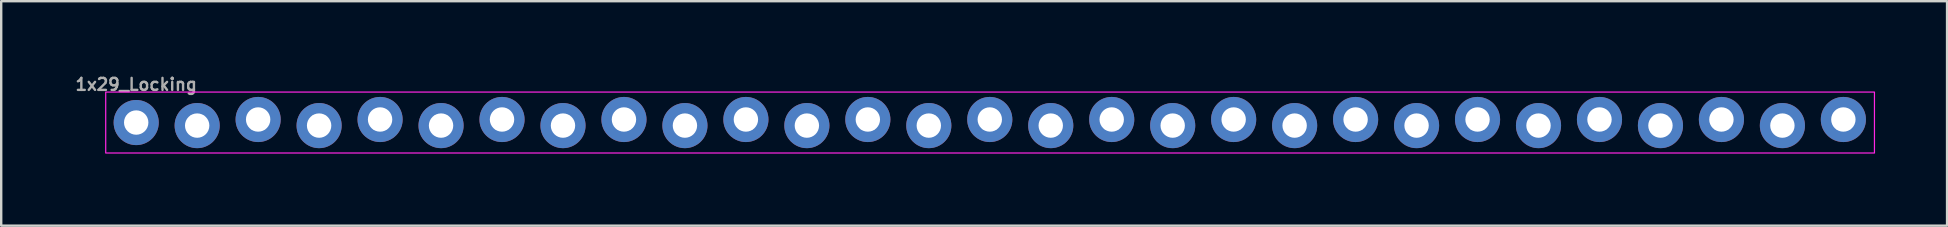
<source format=kicad_pcb>
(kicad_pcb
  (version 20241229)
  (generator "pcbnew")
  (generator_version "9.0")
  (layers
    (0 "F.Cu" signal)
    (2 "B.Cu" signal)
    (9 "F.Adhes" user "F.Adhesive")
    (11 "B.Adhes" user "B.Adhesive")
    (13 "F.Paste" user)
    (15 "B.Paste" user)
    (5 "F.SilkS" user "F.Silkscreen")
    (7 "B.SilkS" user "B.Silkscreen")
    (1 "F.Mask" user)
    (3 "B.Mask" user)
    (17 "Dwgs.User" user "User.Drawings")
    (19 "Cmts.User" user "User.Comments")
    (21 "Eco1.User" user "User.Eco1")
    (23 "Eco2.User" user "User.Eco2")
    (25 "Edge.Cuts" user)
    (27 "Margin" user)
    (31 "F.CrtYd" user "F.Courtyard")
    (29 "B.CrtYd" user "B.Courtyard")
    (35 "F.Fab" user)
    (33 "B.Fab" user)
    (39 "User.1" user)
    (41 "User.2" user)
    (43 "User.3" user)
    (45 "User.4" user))
  (footprint "1x29_Locking"
    (layer "F.Cu")
    (at 2.624 2.055)
    (property "Reference" "1x29_Locking" (at 0 -1.587 0) (layer "F.Fab") (effects (font (size 0.5 0.5) (thickness 0.1))))
    (fp_rect (start -1.27 -1.27) (end 72.415 1.27) (stroke (width 0.05) (type default)) (fill no) (layer "F.CrtYd"))
    (fp_poly (pts (xy -0.254 0.254) (xy 0.254 0.254) (xy 0.254 -0.254) (xy -0.254 -0.254)) (stroke (width 0.1) (type default)) (fill no) (layer "F.Fab"))
    (fp_poly (pts (xy 2.286 0.254) (xy 2.794 0.254) (xy 2.794 -0.254) (xy 2.286 -0.254)) (stroke (width 0.1) (type default)) (fill no) (layer "F.Fab"))
    (fp_poly (pts (xy 4.826 0.254) (xy 5.334 0.254) (xy 5.334 -0.254) (xy 4.826 -0.254)) (stroke (width 0.1) (type default)) (fill no) (layer "F.Fab"))
    (fp_poly (pts (xy 7.366 0.254) (xy 7.874 0.254) (xy 7.874 -0.254) (xy 7.366 -0.254)) (stroke (width 0.1) (type default)) (fill no) (layer "F.Fab"))
    (fp_poly (pts (xy 9.906 0.254) (xy 10.414 0.254) (xy 10.414 -0.254) (xy 9.906 -0.254)) (stroke (width 0.1) (type default)) (fill no) (layer "F.Fab"))
    (fp_poly (pts (xy 12.446 0.254) (xy 12.954 0.254) (xy 12.954 -0.254) (xy 12.446 -0.254)) (stroke (width 0.1) (type default)) (fill no) (layer "F.Fab"))
    (fp_poly (pts (xy 14.986 0.254) (xy 15.494 0.254) (xy 15.494 -0.254) (xy 14.986 -0.254)) (stroke (width 0.1) (type default)) (fill no) (layer "F.Fab"))
    (fp_poly (pts (xy 17.526 0.254) (xy 18.034 0.254) (xy 18.034 -0.254) (xy 17.526 -0.254)) (stroke (width 0.1) (type default)) (fill no) (layer "F.Fab"))
    (fp_poly (pts (xy 20.066 0.254) (xy 20.574 0.254) (xy 20.574 -0.254) (xy 20.066 -0.254)) (stroke (width 0.1) (type default)) (fill no) (layer "F.Fab"))
    (fp_poly (pts (xy 22.606 0.254) (xy 23.114 0.254) (xy 23.114 -0.254) (xy 22.606 -0.254)) (stroke (width 0.1) (type default)) (fill no) (layer "F.Fab"))
    (fp_poly (pts (xy 25.146 0.254) (xy 25.654 0.254) (xy 25.654 -0.254) (xy 25.146 -0.254)) (stroke (width 0.1) (type default)) (fill no) (layer "F.Fab"))
    (fp_poly (pts (xy 27.686 0.254) (xy 28.194 0.254) (xy 28.194 -0.254) (xy 27.686 -0.254)) (stroke (width 0.1) (type default)) (fill no) (layer "F.Fab"))
    (fp_poly (pts (xy 30.226 0.254) (xy 30.734 0.254) (xy 30.734 -0.254) (xy 30.226 -0.254)) (stroke (width 0.1) (type default)) (fill no) (layer "F.Fab"))
    (fp_poly (pts (xy 32.766 0.254) (xy 33.274 0.254) (xy 33.274 -0.254) (xy 32.766 -0.254)) (stroke (width 0.1) (type default)) (fill no) (layer "F.Fab"))
    (fp_poly (pts (xy 35.306 0.254) (xy 35.814 0.254) (xy 35.814 -0.254) (xy 35.306 -0.254)) (stroke (width 0.1) (type default)) (fill no) (layer "F.Fab"))
    (fp_poly (pts (xy 37.846 0.254) (xy 38.354 0.254) (xy 38.354 -0.254) (xy 37.846 -0.254)) (stroke (width 0.1) (type default)) (fill no) (layer "F.Fab"))
    (fp_poly (pts (xy 40.386 0.254) (xy 40.894 0.254) (xy 40.894 -0.254) (xy 40.386 -0.254)) (stroke (width 0.1) (type default)) (fill no) (layer "F.Fab"))
    (fp_poly (pts (xy 42.926 0.254) (xy 43.434 0.254) (xy 43.434 -0.254) (xy 42.926 -0.254)) (stroke (width 0.1) (type default)) (fill no) (layer "F.Fab"))
    (fp_poly (pts (xy 45.466 0.254) (xy 45.974 0.254) (xy 45.974 -0.254) (xy 45.466 -0.254)) (stroke (width 0.1) (type default)) (fill no) (layer "F.Fab"))
    (fp_poly (pts (xy 48.006 0.254) (xy 48.514 0.254) (xy 48.514 -0.254) (xy 48.006 -0.254)) (stroke (width 0.1) (type default)) (fill no) (layer "F.Fab"))
    (fp_poly (pts (xy 50.546 0.254) (xy 51.054 0.254) (xy 51.054 -0.254) (xy 50.546 -0.254)) (stroke (width 0.1) (type default)) (fill no) (layer "F.Fab"))
    (fp_poly (pts (xy 53.086 0.254) (xy 53.594 0.254) (xy 53.594 -0.254) (xy 53.086 -0.254)) (stroke (width 0.1) (type default)) (fill no) (layer "F.Fab"))
    (fp_poly (pts (xy 55.626 0.254) (xy 56.134 0.254) (xy 56.134 -0.254) (xy 55.626 -0.254)) (stroke (width 0.1) (type default)) (fill no) (layer "F.Fab"))
    (fp_poly (pts (xy 58.166 0.254) (xy 58.674 0.254) (xy 58.674 -0.254) (xy 58.166 -0.254)) (stroke (width 0.1) (type default)) (fill no) (layer "F.Fab"))
    (fp_poly (pts (xy 60.706 0.254) (xy 61.214 0.254) (xy 61.214 -0.254) (xy 60.706 -0.254)) (stroke (width 0.1) (type default)) (fill no) (layer "F.Fab"))
    (fp_poly (pts (xy 63.246 0.254) (xy 63.754 0.254) (xy 63.754 -0.254) (xy 63.246 -0.254)) (stroke (width 0.1) (type default)) (fill no) (layer "F.Fab"))
    (fp_poly (pts (xy 65.786 0.254) (xy 66.294 0.254) (xy 66.294 -0.254) (xy 65.786 -0.254)) (stroke (width 0.1) (type default)) (fill no) (layer "F.Fab"))
    (fp_poly (pts (xy 68.326 0.254) (xy 68.834 0.254) (xy 68.834 -0.254) (xy 68.326 -0.254)) (stroke (width 0.1) (type default)) (fill no) (layer "F.Fab"))
    (fp_poly (pts (xy 70.866 0.254) (xy 71.374 0.254) (xy 71.374 -0.254) (xy 70.866 -0.254)) (stroke (width 0.1) (type default)) (fill no) (layer "F.Fab"))
    (pad "1" thru_hole circle (at 0 0 90) (size 1.88 1.88) (drill 1.016) (layers "*.Cu" "*.Mask") (remove_unused_layers yes) (keep_end_layers yes) (zone_layer_connections))
    (pad "2" thru_hole circle (at 2.54 0.127 90) (size 1.88 1.88) (drill 1.016) (layers "*.Cu" "*.Mask") (remove_unused_layers yes) (keep_end_layers yes) (zone_layer_connections))
    (pad "3" thru_hole circle (at 5.08 -0.127 90) (size 1.88 1.88) (drill 1.016) (layers "*.Cu" "*.Mask") (remove_unused_layers yes) (keep_end_layers yes) (zone_layer_connections))
    (pad "4" thru_hole circle (at 7.62 0.127 90) (size 1.88 1.88) (drill 1.016) (layers "*.Cu" "*.Mask") (remove_unused_layers yes) (keep_end_layers yes) (zone_layer_connections))
    (pad "5" thru_hole circle (at 10.16 -0.127 90) (size 1.88 1.88) (drill 1.016) (layers "*.Cu" "*.Mask") (remove_unused_layers yes) (keep_end_layers yes) (zone_layer_connections))
    (pad "6" thru_hole circle (at 12.7 0.127 90) (size 1.88 1.88) (drill 1.016) (layers "*.Cu" "*.Mask") (remove_unused_layers yes) (keep_end_layers yes) (zone_layer_connections))
    (pad "7" thru_hole circle (at 15.24 -0.127 90) (size 1.88 1.88) (drill 1.016) (layers "*.Cu" "*.Mask") (remove_unused_layers yes) (keep_end_layers yes) (zone_layer_connections))
    (pad "8" thru_hole circle (at 17.78 0.127 90) (size 1.88 1.88) (drill 1.016) (layers "*.Cu" "*.Mask") (remove_unused_layers yes) (keep_end_layers yes) (zone_layer_connections))
    (pad "9" thru_hole circle (at 20.32 -0.127 90) (size 1.88 1.88) (drill 1.016) (layers "*.Cu" "*.Mask") (remove_unused_layers yes) (keep_end_layers yes) (zone_layer_connections))
    (pad "10" thru_hole circle (at 22.86 0.127 90) (size 1.88 1.88) (drill 1.016) (layers "*.Cu" "*.Mask") (remove_unused_layers yes) (keep_end_layers yes) (zone_layer_connections))
    (pad "11" thru_hole circle (at 25.4 -0.127 90) (size 1.88 1.88) (drill 1.016) (layers "*.Cu" "*.Mask") (remove_unused_layers yes) (keep_end_layers yes) (zone_layer_connections))
    (pad "12" thru_hole circle (at 27.94 0.127 90) (size 1.88 1.88) (drill 1.016) (layers "*.Cu" "*.Mask") (remove_unused_layers yes) (keep_end_layers yes) (zone_layer_connections))
    (pad "13" thru_hole circle (at 30.48 -0.127 90) (size 1.88 1.88) (drill 1.016) (layers "*.Cu" "*.Mask") (remove_unused_layers yes) (keep_end_layers yes) (zone_layer_connections))
    (pad "14" thru_hole circle (at 33.02 0.127 90) (size 1.88 1.88) (drill 1.016) (layers "*.Cu" "*.Mask") (remove_unused_layers yes) (keep_end_layers yes) (zone_layer_connections))
    (pad "15" thru_hole circle (at 35.56 -0.127 90) (size 1.88 1.88) (drill 1.016) (layers "*.Cu" "*.Mask") (remove_unused_layers yes) (keep_end_layers yes) (zone_layer_connections))
    (pad "16" thru_hole circle (at 38.1 0.127 90) (size 1.88 1.88) (drill 1.016) (layers "*.Cu" "*.Mask") (remove_unused_layers yes) (keep_end_layers yes) (zone_layer_connections))
    (pad "17" thru_hole circle (at 40.64 -0.127 90) (size 1.88 1.88) (drill 1.016) (layers "*.Cu" "*.Mask") (remove_unused_layers yes) (keep_end_layers yes) (zone_layer_connections))
    (pad "18" thru_hole circle (at 43.18 0.127 90) (size 1.88 1.88) (drill 1.016) (layers "*.Cu" "*.Mask") (remove_unused_layers yes) (keep_end_layers yes) (zone_layer_connections))
    (pad "19" thru_hole circle (at 45.72 -0.127 90) (size 1.88 1.88) (drill 1.016) (layers "*.Cu" "*.Mask") (remove_unused_layers yes) (keep_end_layers yes) (zone_layer_connections))
    (pad "20" thru_hole circle (at 48.26 0.127 90) (size 1.88 1.88) (drill 1.016) (layers "*.Cu" "*.Mask") (remove_unused_layers yes) (keep_end_layers yes) (zone_layer_connections))
    (pad "21" thru_hole circle (at 50.8 -0.127 90) (size 1.88 1.88) (drill 1.016) (layers "*.Cu" "*.Mask") (remove_unused_layers yes) (keep_end_layers yes) (zone_layer_connections))
    (pad "22" thru_hole circle (at 53.34 0.127 90) (size 1.88 1.88) (drill 1.016) (layers "*.Cu" "*.Mask") (remove_unused_layers yes) (keep_end_layers yes) (zone_layer_connections))
    (pad "23" thru_hole circle (at 55.88 -0.127 90) (size 1.88 1.88) (drill 1.016) (layers "*.Cu" "*.Mask") (remove_unused_layers yes) (keep_end_layers yes) (zone_layer_connections))
    (pad "24" thru_hole circle (at 58.42 0.127 90) (size 1.88 1.88) (drill 1.016) (layers "*.Cu" "*.Mask") (remove_unused_layers yes) (keep_end_layers yes) (zone_layer_connections))
    (pad "25" thru_hole circle (at 60.96 -0.127 90) (size 1.88 1.88) (drill 1.016) (layers "*.Cu" "*.Mask") (remove_unused_layers yes) (keep_end_layers yes) (zone_layer_connections))
    (pad "26" thru_hole circle (at 63.5 0.127 90) (size 1.88 1.88) (drill 1.016) (layers "*.Cu" "*.Mask") (remove_unused_layers yes) (keep_end_layers yes) (zone_layer_connections))
    (pad "27" thru_hole circle (at 66.04 -0.127 90) (size 1.88 1.88) (drill 1.016) (layers "*.Cu" "*.Mask") (remove_unused_layers yes) (keep_end_layers yes) (zone_layer_connections))
    (pad "28" thru_hole circle (at 68.58 0.127 90) (size 1.88 1.88) (drill 1.016) (layers "*.Cu" "*.Mask") (remove_unused_layers yes) (keep_end_layers yes) (zone_layer_connections))
    (pad "29" thru_hole circle (at 71.12 -0.127 90) (size 1.88 1.88) (drill 1.016) (layers "*.Cu" "*.Mask") (remove_unused_layers yes) (keep_end_layers yes) (zone_layer_connections)))
  (gr_rect
    (start -3 -3)
    (end 78.064 6.351)
    (stroke (width 0.1) (type default))
    (fill no)
    (layer "Edge.Cuts")))
</source>
